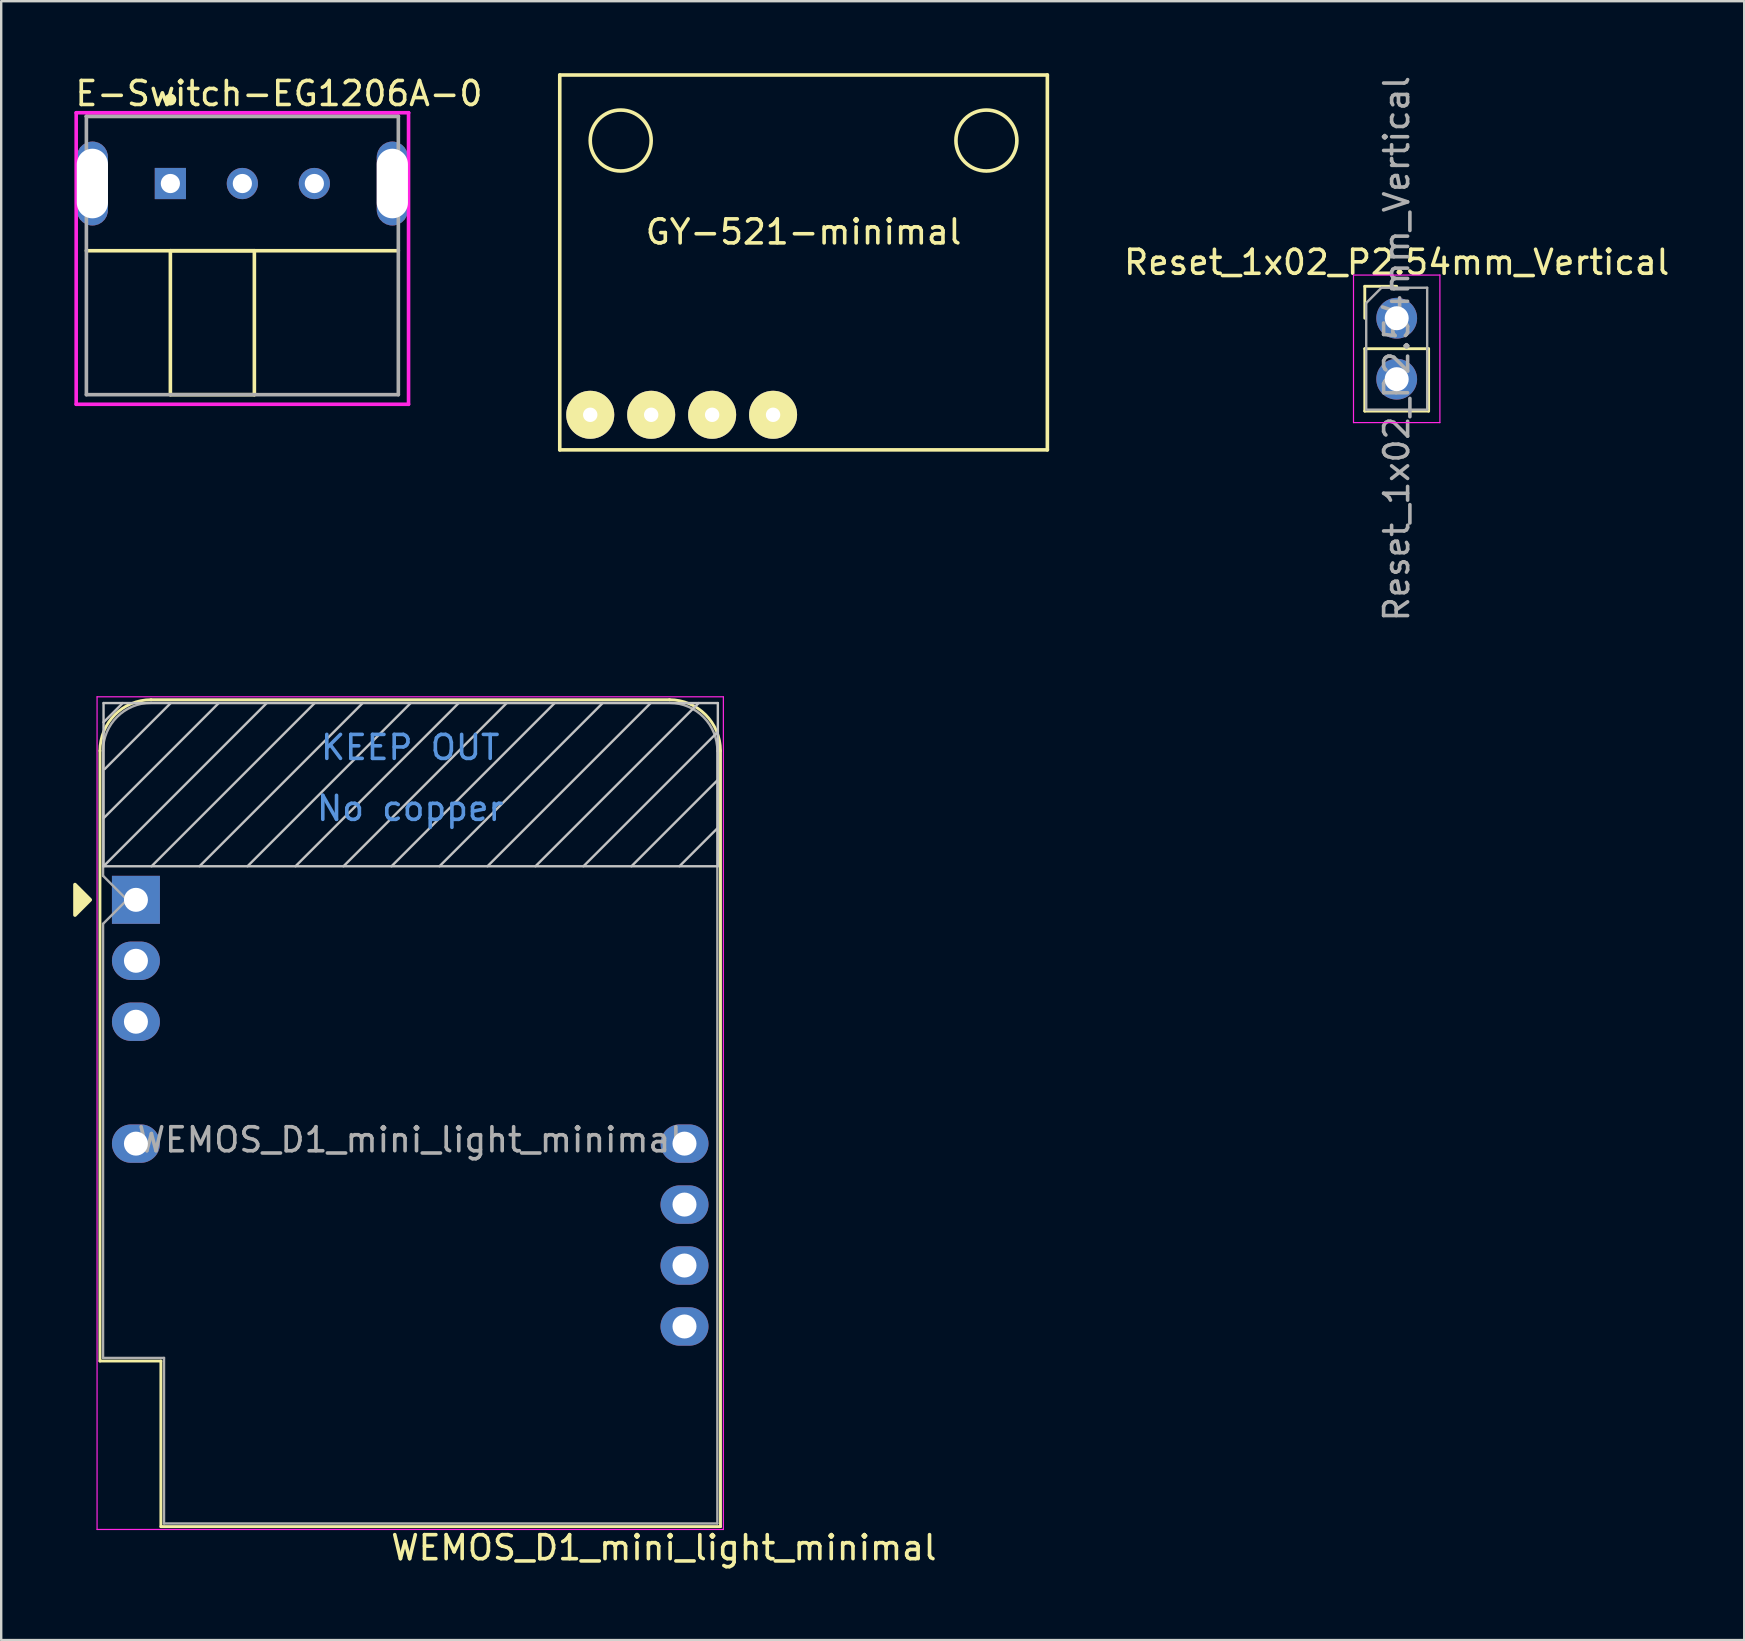
<source format=kicad_pcb>
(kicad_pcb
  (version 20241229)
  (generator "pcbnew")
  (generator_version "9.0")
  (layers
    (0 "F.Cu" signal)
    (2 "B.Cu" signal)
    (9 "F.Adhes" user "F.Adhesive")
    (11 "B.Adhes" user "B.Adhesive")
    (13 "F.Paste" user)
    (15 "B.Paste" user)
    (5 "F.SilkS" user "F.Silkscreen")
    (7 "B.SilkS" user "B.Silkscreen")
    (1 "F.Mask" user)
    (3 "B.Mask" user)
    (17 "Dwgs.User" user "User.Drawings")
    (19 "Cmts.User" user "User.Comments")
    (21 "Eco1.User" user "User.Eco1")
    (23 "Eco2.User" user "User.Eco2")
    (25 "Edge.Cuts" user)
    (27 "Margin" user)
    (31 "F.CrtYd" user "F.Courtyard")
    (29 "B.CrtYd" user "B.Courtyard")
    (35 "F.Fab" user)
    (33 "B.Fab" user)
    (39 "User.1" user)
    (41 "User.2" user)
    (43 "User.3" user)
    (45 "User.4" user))
  (footprint "E-Switch-EG1206A-0"
    (layer "F.Cu")
    (at 7.05 7.598)
    (property "Reference" "E-Switch-EG1206A-0" (at -7.05 -6.75 0) (layer "F.SilkS") (effects (font (size 1 1) (thickness 0.15)) (justify left)))
    (attr through_hole)
    (fp_line (start -3 -0.2) (end 0.5 -0.2) (stroke (width 0.15) (type solid)) (layer "F.SilkS"))
    (fp_line (start -3 5.8) (end -3 -0.2) (stroke (width 0.15) (type solid)) (layer "F.SilkS"))
    (fp_line (start 0.5 -0.2) (end 0.5 5.8) (stroke (width 0.15) (type solid)) (layer "F.SilkS"))
    (fp_line (start 0.5 5.8) (end -3 5.8) (stroke (width 0.15) (type solid)) (layer "F.SilkS"))
    (fp_line (start 6.5 -5.8) (end -6.5 -5.8) (stroke (width 0.15) (type solid)) (layer "F.SilkS"))
    (fp_line (start 6.5 -0.2) (end -6.5 -0.2) (stroke (width 0.15) (type solid)) (layer "F.SilkS"))
    (fp_circle (center -3 -6.5) (end -2.875 -6.5) (stroke (width 0.25) (type solid)) (fill no) (layer "F.SilkS"))
    (fp_line (start -6.925 -5.95) (end -6.925 6.2) (stroke (width 0.15) (type solid)) (layer "F.CrtYd"))
    (fp_line (start -6.925 6.2) (end 6.925 6.2) (stroke (width 0.15) (type solid)) (layer "F.CrtYd"))
    (fp_line (start 6.925 -5.95) (end -6.925 -5.95) (stroke (width 0.15) (type solid)) (layer "F.CrtYd"))
    (fp_line (start 6.925 -5.95) (end 6.925 -5.95) (stroke (width 0.15) (type solid)) (layer "F.CrtYd"))
    (fp_line (start 6.925 6.2) (end 6.925 -5.95) (stroke (width 0.15) (type solid)) (layer "F.CrtYd"))
    (fp_line (start -6.5 -5.8) (end 6.5 -5.8) (stroke (width 0.15) (type solid)) (layer "F.Fab"))
    (fp_line (start -6.5 5.8) (end -6.5 -5.8) (stroke (width 0.15) (type solid)) (layer "F.Fab"))
    (fp_line (start 6.5 -5.8) (end 6.5 5.8) (stroke (width 0.15) (type solid)) (layer "F.Fab"))
    (fp_line (start 6.5 5.8) (end -6.5 5.8) (stroke (width 0.15) (type solid)) (layer "F.Fab"))
    (pad "1" thru_hole rect (at -3 -3) (size 1.3 1.3) (drill 0.8) (layers "*.Cu"))
    (pad "2" thru_hole circle (at 0 -3) (size 1.3 1.3) (drill 0.8) (layers "*.Cu"))
    (pad "3" thru_hole circle (at 3 -3) (size 1.3 1.3) (drill 0.8) (layers "*.Cu"))
    (pad "4" thru_hole roundrect (at -6.25 -3) (size 1.3 3.5) (drill oval 2.9) (layers "*.Cu") (roundrect_rratio 0.5))
    (pad "5" thru_hole roundrect (at 6.25 -3) (size 1.3 3.5) (drill oval 2.9) (layers "*.Cu") (roundrect_rratio 0.5)))
  (footprint "Reset_1x02_P2.54mm_Vertical"
    (layer "F.Cu")
    (at 55.155 10.212)
    (property "Reference" "Reset_1x02_P2.54mm_Vertical" (at 0 -2.33 0) (layer "F.SilkS") (effects (font (size 1 1) (thickness 0.15))))
    (attr through_hole)
    (fp_line (start -1.33 -1.33) (end 0 -1.33) (stroke (width 0.12) (type solid)) (layer "F.SilkS"))
    (fp_line (start -1.33 0) (end -1.33 -1.33) (stroke (width 0.12) (type solid)) (layer "F.SilkS"))
    (fp_line (start -1.33 1.27) (end -1.33 3.87) (stroke (width 0.12) (type solid)) (layer "F.SilkS"))
    (fp_line (start -1.33 1.27) (end 1.33 1.27) (stroke (width 0.12) (type solid)) (layer "F.SilkS"))
    (fp_line (start -1.33 3.87) (end 1.33 3.87) (stroke (width 0.12) (type solid)) (layer "F.SilkS"))
    (fp_line (start 1.33 1.27) (end 1.33 3.87) (stroke (width 0.12) (type solid)) (layer "F.SilkS"))
    (fp_line (start -1.8 -1.8) (end -1.8 4.35) (stroke (width 0.05) (type solid)) (layer "F.CrtYd"))
    (fp_line (start -1.8 4.35) (end 1.8 4.35) (stroke (width 0.05) (type solid)) (layer "F.CrtYd"))
    (fp_line (start 1.8 -1.8) (end -1.8 -1.8) (stroke (width 0.05) (type solid)) (layer "F.CrtYd"))
    (fp_line (start 1.8 4.35) (end 1.8 -1.8) (stroke (width 0.05) (type solid)) (layer "F.CrtYd"))
    (fp_line (start -1.27 -0.635) (end -0.635 -1.27) (stroke (width 0.1) (type solid)) (layer "F.Fab"))
    (fp_line (start -1.27 3.81) (end -1.27 -0.635) (stroke (width 0.1) (type solid)) (layer "F.Fab"))
    (fp_line (start -0.635 -1.27) (end 1.27 -1.27) (stroke (width 0.1) (type solid)) (layer "F.Fab"))
    (fp_line (start 1.27 -1.27) (end 1.27 3.81) (stroke (width 0.1) (type solid)) (layer "F.Fab"))
    (fp_line (start 1.27 3.81) (end -1.27 3.81) (stroke (width 0.1) (type solid)) (layer "F.Fab"))
    (fp_text user "${REFERENCE}" (at 0 1.27 90) (layer "F.Fab") (effects (font (size 1 1) (thickness 0.15))))
    (pad "1" thru_hole circle (at 0 0) (size 1.7 1.7) (drill 1) (layers "*.Cu" "*.Mask"))
    (pad "2" thru_hole oval (at 0 2.54) (size 1.7 1.7) (drill 1) (layers "*.Cu" "*.Mask")))
  (footprint "WEMOS_D1_mini_light_minimal"
    (layer "F.Cu")
    (at 2.615 34.449)
    (property "Reference" "WEMOS_D1_mini_light_minimal" (at 22 27 0) (layer "F.SilkS") (effects (font (size 1 1) (thickness 0.15))))
    (attr through_hole)
    (fp_line (start -1.5 19.22) (end -1.5 -6.21) (stroke (width 0.12) (type solid)) (layer "F.SilkS"))
    (fp_line (start -1.5 19.22) (end 1.04 19.22) (stroke (width 0.12) (type solid)) (layer "F.SilkS"))
    (fp_line (start 1.04 19.22) (end 1.04 26.12) (stroke (width 0.12) (type solid)) (layer "F.SilkS"))
    (fp_line (start 1.04 26.12) (end 24.36 26.12) (stroke (width 0.12) (type solid)) (layer "F.SilkS"))
    (fp_line (start 22.24 -8.34) (end 0.63 -8.34) (stroke (width 0.12) (type solid)) (layer "F.SilkS"))
    (fp_line (start 24.36 26.12) (end 24.36 -6.21) (stroke (width 0.12) (type solid)) (layer "F.SilkS"))
    (fp_arc (start -1.5 -6.21) (mid -0.876137 -7.716137) (end 0.63 -8.34) (stroke (width 0.12) (type solid)) (layer "F.SilkS"))
    (fp_arc (start 22.23 -8.34) (mid 23.736137 -7.716137) (end 24.36 -6.21) (stroke (width 0.12) (type solid)) (layer "F.SilkS"))
    (fp_poly (pts (xy -2.54 -0.635) (xy -2.54 0.635) (xy -1.905 0)) (stroke (width 0.15) (type solid)) (fill yes) (layer "F.SilkS"))
    (fp_line (start -1.35 -8.2) (end -1.35 -1.4) (stroke (width 0.1) (type solid)) (layer "Dwgs.User"))
    (fp_line (start -1.35 -7.4) (end -0.55 -8.2) (stroke (width 0.1) (type solid)) (layer "Dwgs.User"))
    (fp_line (start -1.35 -3.4) (end 3.45 -8.2) (stroke (width 0.1) (type solid)) (layer "Dwgs.User"))
    (fp_line (start -1.35 -1.4) (end 5.45 -8.2) (stroke (width 0.1) (type solid)) (layer "Dwgs.User"))
    (fp_line (start -1.35 -1.4) (end 24.25 -1.4) (stroke (width 0.1) (type solid)) (layer "Dwgs.User"))
    (fp_line (start -1.3 -5.45) (end 1.45 -8.2) (stroke (width 0.1) (type solid)) (layer "Dwgs.User"))
    (fp_line (start 0.65 -1.4) (end 7.45 -8.2) (stroke (width 0.1) (type solid)) (layer "Dwgs.User"))
    (fp_line (start 2.65 -1.4) (end 9.45 -8.2) (stroke (width 0.1) (type solid)) (layer "Dwgs.User"))
    (fp_line (start 4.65 -1.4) (end 11.45 -8.2) (stroke (width 0.1) (type solid)) (layer "Dwgs.User"))
    (fp_line (start 6.65 -1.4) (end 13.45 -8.2) (stroke (width 0.1) (type solid)) (layer "Dwgs.User"))
    (fp_line (start 8.65 -1.4) (end 15.45 -8.2) (stroke (width 0.1) (type solid)) (layer "Dwgs.User"))
    (fp_line (start 10.65 -1.4) (end 17.45 -8.2) (stroke (width 0.1) (type solid)) (layer "Dwgs.User"))
    (fp_line (start 12.65 -1.4) (end 19.45 -8.2) (stroke (width 0.1) (type solid)) (layer "Dwgs.User"))
    (fp_line (start 14.65 -1.4) (end 21.45 -8.2) (stroke (width 0.1) (type solid)) (layer "Dwgs.User"))
    (fp_line (start 16.65 -1.4) (end 23.45 -8.2) (stroke (width 0.1) (type solid)) (layer "Dwgs.User"))
    (fp_line (start 18.65 -1.4) (end 24.25 -7) (stroke (width 0.1) (type solid)) (layer "Dwgs.User"))
    (fp_line (start 20.65 -1.4) (end 24.25 -5) (stroke (width 0.1) (type solid)) (layer "Dwgs.User"))
    (fp_line (start 22.65 -1.4) (end 24.25 -3) (stroke (width 0.1) (type solid)) (layer "Dwgs.User"))
    (fp_line (start 24.25 -8.2) (end -1.35 -8.2) (stroke (width 0.1) (type solid)) (layer "Dwgs.User"))
    (fp_line (start 24.25 -1.4) (end 24.25 -8.2) (stroke (width 0.1) (type solid)) (layer "Dwgs.User"))
    (fp_line (start -1.62 -8.46) (end 24.48 -8.46) (stroke (width 0.05) (type solid)) (layer "F.CrtYd"))
    (fp_line (start -1.62 26.24) (end -1.62 -8.46) (stroke (width 0.05) (type solid)) (layer "F.CrtYd"))
    (fp_line (start 24.48 -8.46) (end 24.48 26.24) (stroke (width 0.05) (type solid)) (layer "F.CrtYd"))
    (fp_line (start 24.48 26.24) (end -1.62 26.24) (stroke (width 0.05) (type solid)) (layer "F.CrtYd"))
    (fp_line (start -1.37 -6.21) (end -1.37 -1) (stroke (width 0.1) (type solid)) (layer "F.Fab"))
    (fp_line (start -1.37 1) (end -1.37 19.09) (stroke (width 0.1) (type solid)) (layer "F.Fab"))
    (fp_line (start -1.37 1) (end -0.37 0) (stroke (width 0.1) (type solid)) (layer "F.Fab"))
    (fp_line (start -1.37 19.09) (end 1.17 19.09) (stroke (width 0.1) (type solid)) (layer "F.Fab"))
    (fp_line (start -0.37 0) (end -1.37 -1) (stroke (width 0.1) (type solid)) (layer "F.Fab"))
    (fp_line (start 1.17 19.09) (end 1.17 25.99) (stroke (width 0.1) (type solid)) (layer "F.Fab"))
    (fp_line (start 1.17 25.99) (end 24.23 25.99) (stroke (width 0.1) (type solid)) (layer "F.Fab"))
    (fp_line (start 22.23 -8.21) (end 0.63 -8.21) (stroke (width 0.1) (type solid)) (layer "F.Fab"))
    (fp_line (start 24.23 25.99) (end 24.23 -6.21) (stroke (width 0.1) (type solid)) (layer "F.Fab"))
    (fp_arc (start -1.37 -6.21) (mid -0.784214 -7.624214) (end 0.63 -8.21) (stroke (width 0.1) (type solid)) (layer "F.Fab"))
    (fp_arc (start 22.25 -8.21) (mid 23.658356 -7.610071) (end 24.23 -6.19) (stroke (width 0.1) (type solid)) (layer "F.Fab"))
    (fp_text user "No copper" (at 11.43 -3.81 0) (layer "Cmts.User") (effects (font (size 1 1) (thickness 0.15))))
    (fp_text user "KEEP OUT" (at 11.43 -6.35 0) (layer "Cmts.User") (effects (font (size 1 1) (thickness 0.15))))
    (fp_text user "${REFERENCE}" (at 11.43 10 0) (layer "F.Fab") (effects (font (size 1 1) (thickness 0.15))))
    (pad "1" thru_hole rect (at 0 0) (size 2 2) (drill 1) (layers "*.Cu" "*.Mask"))
    (pad "2" thru_hole oval (at 0 2.54) (size 2 1.6) (drill 1) (layers "*.Cu" "*.Mask"))
    (pad "3" thru_hole oval (at 0 5.08) (size 2 1.6) (drill 1) (layers "*.Cu" "*.Mask"))
    (pad "5" thru_hole oval (at 0 10.16) (size 2 1.6) (drill 1) (layers "*.Cu" "*.Mask"))
    (pad "9" thru_hole oval (at 22.86 17.78) (size 2 1.6) (drill 1) (layers "*.Cu" "*.Mask"))
    (pad "10" thru_hole oval (at 22.86 15.24) (size 2 1.6) (drill 1) (layers "*.Cu" "*.Mask"))
    (pad "11" thru_hole oval (at 22.86 12.7) (size 2 1.6) (drill 1) (layers "*.Cu" "*.Mask"))
    (pad "12" thru_hole oval (at 22.86 10.16) (size 2 1.6) (drill 1) (layers "*.Cu" "*.Mask")))
  (footprint "GY-521-minimal"
    (layer "F.Cu")
    (at 30.437 7.886)
    (property "Reference" "GY-521-minimal" (at 0 -1.27 0) (layer "F.SilkS") (effects (font (size 1 1) (thickness 0.15))))
    (fp_line (start -10.16 -7.811) (end 10.16 -7.811) (stroke (width 0.15) (type solid)) (layer "F.SilkS"))
    (fp_line (start -10.16 7.811) (end -10.16 -7.811) (stroke (width 0.15) (type solid)) (layer "F.SilkS"))
    (fp_line (start 10.16 -7.811) (end 10.16 7.811) (stroke (width 0.15) (type solid)) (layer "F.SilkS"))
    (fp_line (start 10.16 7.811) (end -10.16 7.811) (stroke (width 0.15) (type solid)) (layer "F.SilkS"))
    (fp_circle (center -7.62 -5.08) (end -6.35 -5.08) (stroke (width 0.15) (type solid)) (fill no) (layer "F.SilkS"))
    (fp_circle (center 7.62 -5.08) (end 8.89 -5.08) (stroke (width 0.15) (type solid)) (fill no) (layer "F.SilkS"))
    (pad "1" thru_hole circle (at -8.89 6.35) (size 2 2) (drill 0.6) (layers "*.Cu" "*.Mask" "F.SilkS"))
    (pad "2" thru_hole circle (at -6.35 6.35) (size 2 2) (drill 0.6) (layers "*.Cu" "*.Mask" "F.SilkS"))
    (pad "3" thru_hole circle (at -3.81 6.35) (size 2 2) (drill 0.6) (layers "*.Cu" "*.Mask" "F.SilkS"))
    (pad "4" thru_hole circle (at -1.27 6.35) (size 2 2) (drill 0.6) (layers "*.Cu" "*.Mask" "F.SilkS")))
  (gr_rect
    (start -3 -3)
    (end 69.637 65.298)
    (stroke (width 0.1) (type default))
    (fill no)
    (layer "Edge.Cuts")))
</source>
